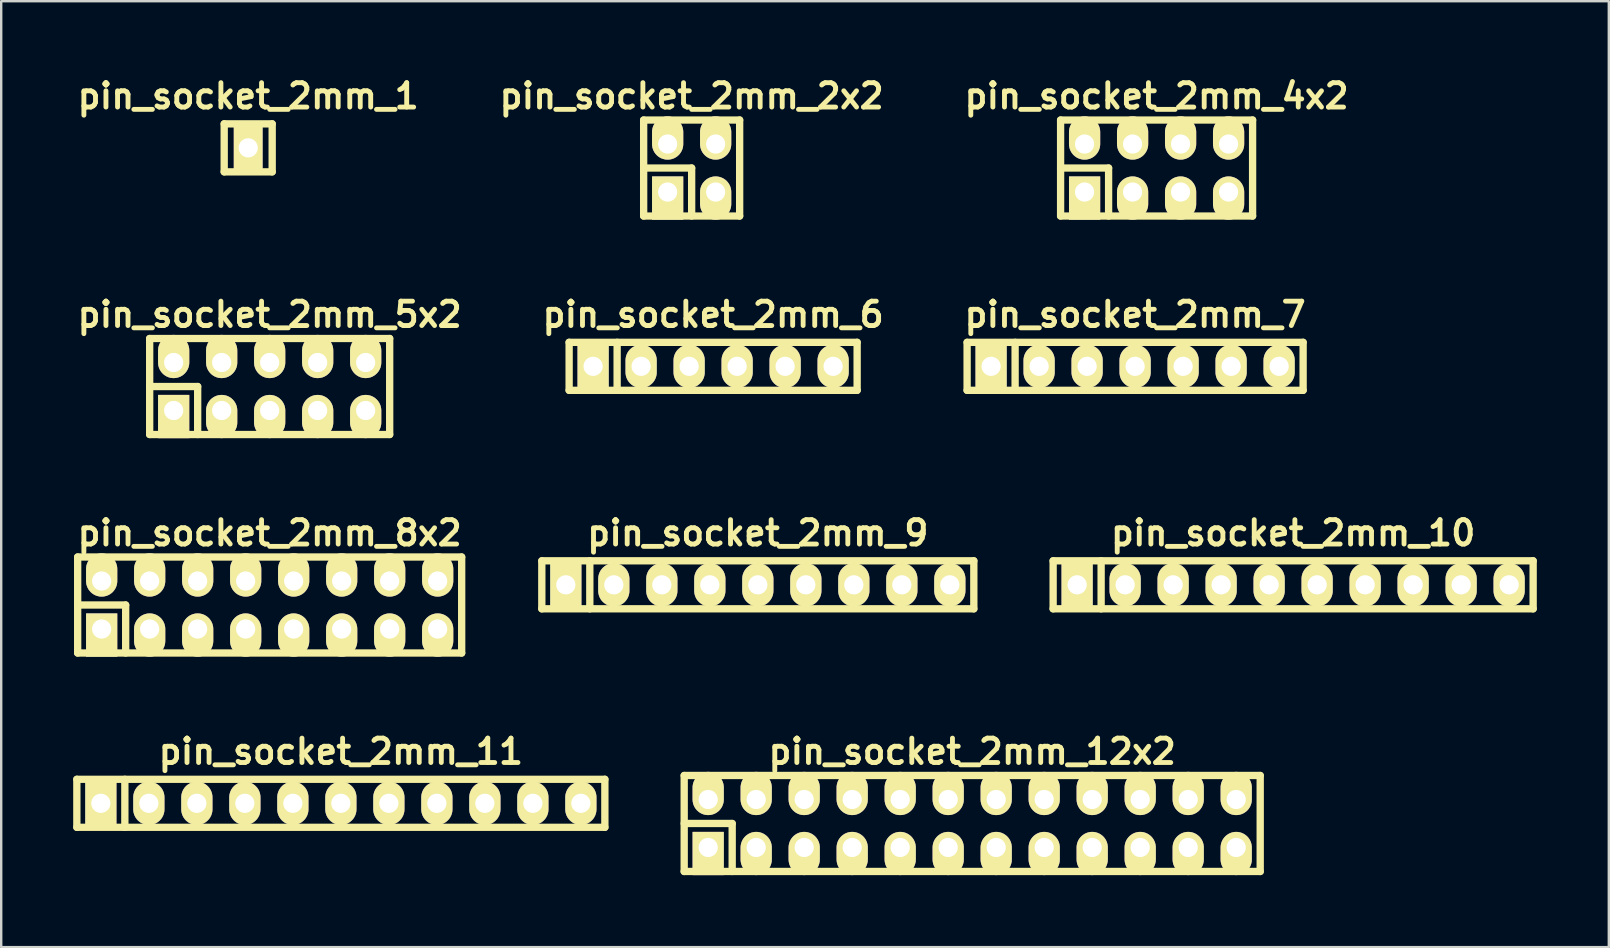
<source format=kicad_pcb>
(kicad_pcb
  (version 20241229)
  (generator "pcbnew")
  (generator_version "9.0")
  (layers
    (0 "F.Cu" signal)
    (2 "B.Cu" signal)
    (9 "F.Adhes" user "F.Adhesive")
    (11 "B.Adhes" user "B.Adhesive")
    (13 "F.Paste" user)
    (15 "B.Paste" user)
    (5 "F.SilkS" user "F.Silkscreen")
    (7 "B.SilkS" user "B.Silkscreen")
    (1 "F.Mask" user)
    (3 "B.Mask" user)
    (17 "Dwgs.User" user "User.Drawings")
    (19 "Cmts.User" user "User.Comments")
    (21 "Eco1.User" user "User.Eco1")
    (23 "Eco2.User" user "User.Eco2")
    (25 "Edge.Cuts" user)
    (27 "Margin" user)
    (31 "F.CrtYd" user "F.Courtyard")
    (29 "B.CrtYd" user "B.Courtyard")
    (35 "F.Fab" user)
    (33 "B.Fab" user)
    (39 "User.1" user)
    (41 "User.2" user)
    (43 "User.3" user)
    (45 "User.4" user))
  (footprint "pin_socket_2mm_5x2"
    (layer "F.Cu")
    (at 8.186 13.054)
    (property "Reference" "pin_socket_2mm_5x2" (at 0 -3 0) (layer "F.SilkS") (effects (font (size 1.016 1.016) (thickness 0.203))))
    (attr through_hole)
    (fp_line (start -5 -2) (end 5 -2) (stroke (width 0.305) (type solid)) (layer "F.SilkS"))
    (fp_line (start -5 0) (end -3 0) (stroke (width 0.305) (type solid)) (layer "F.SilkS"))
    (fp_line (start -5 2) (end -5 -2) (stroke (width 0.305) (type solid)) (layer "F.SilkS"))
    (fp_line (start -3 0) (end -3 2) (stroke (width 0.305) (type solid)) (layer "F.SilkS"))
    (fp_line (start 5 -2) (end 5 2) (stroke (width 0.305) (type solid)) (layer "F.SilkS"))
    (fp_line (start 5 2) (end -5 2) (stroke (width 0.305) (type solid)) (layer "F.SilkS"))
    (pad "1" thru_hole rect (at -4 1) (size 1.3 1.8) (drill 0.8 (offset 0 0.25)) (layers "*.Cu" "*.Mask" "F.SilkS"))
    (pad "2" thru_hole oval (at -4 -1) (size 1.3 1.8) (drill 0.8 (offset 0 -0.25)) (layers "*.Cu" "*.Mask" "F.SilkS"))
    (pad "3" thru_hole oval (at -2 1) (size 1.3 1.8) (drill 0.8 (offset 0 0.25)) (layers "*.Cu" "*.Mask" "F.SilkS"))
    (pad "4" thru_hole oval (at -2 -1) (size 1.3 1.8) (drill 0.8 (offset 0 -0.25)) (layers "*.Cu" "*.Mask" "F.SilkS"))
    (pad "5" thru_hole oval (at 0 1) (size 1.3 1.8) (drill 0.8 (offset 0 0.25)) (layers "*.Cu" "*.Mask" "F.SilkS"))
    (pad "6" thru_hole oval (at 0 -1) (size 1.3 1.8) (drill 0.8 (offset 0 -0.25)) (layers "*.Cu" "*.Mask" "F.SilkS"))
    (pad "7" thru_hole oval (at 2 1) (size 1.3 1.8) (drill 0.8 (offset 0 0.25)) (layers "*.Cu" "*.Mask" "F.SilkS"))
    (pad "8" thru_hole oval (at 2 -1) (size 1.3 1.8) (drill 0.8 (offset 0 -0.25)) (layers "*.Cu" "*.Mask" "F.SilkS"))
    (pad "9" thru_hole oval (at 4 1) (size 1.3 1.8) (drill 0.8 (offset 0 0.25)) (layers "*.Cu" "*.Mask" "F.SilkS"))
    (pad "10" thru_hole oval (at 4 -1) (size 1.3 1.8) (drill 0.8 (offset 0 -0.25)) (layers "*.Cu" "*.Mask" "F.SilkS")))
  (footprint "pin_socket_2mm_11"
    (layer "F.Cu")
    (at 11.152 30.42)
    (property "Reference" "pin_socket_2mm_11" (at 0 -2.159 0) (layer "F.SilkS") (effects (font (size 1.016 1.016) (thickness 0.203))))
    (attr through_hole)
    (fp_line (start -11 -1) (end 11 -1) (stroke (width 0.305) (type solid)) (layer "F.SilkS"))
    (fp_line (start -11 1) (end -11 -1) (stroke (width 0.305) (type solid)) (layer "F.SilkS"))
    (fp_line (start -9 -1) (end -9 1) (stroke (width 0.305) (type solid)) (layer "F.SilkS"))
    (fp_line (start 11 -1) (end 11 1) (stroke (width 0.305) (type solid)) (layer "F.SilkS"))
    (fp_line (start 11 1) (end -11 1) (stroke (width 0.305) (type solid)) (layer "F.SilkS"))
    (pad "1" thru_hole rect (at -10 0) (size 1.3 1.8) (drill 0.8) (layers "*.Cu" "*.Mask" "F.SilkS"))
    (pad "2" thru_hole oval (at -8 0) (size 1.3 1.8) (drill 0.8) (layers "*.Cu" "*.Mask" "F.SilkS"))
    (pad "3" thru_hole oval (at -6 0) (size 1.3 1.8) (drill 0.8) (layers "*.Cu" "*.Mask" "F.SilkS"))
    (pad "4" thru_hole oval (at -4 0) (size 1.3 1.8) (drill 0.8) (layers "*.Cu" "*.Mask" "F.SilkS"))
    (pad "5" thru_hole oval (at -2 0) (size 1.3 1.8) (drill 0.8) (layers "*.Cu" "*.Mask" "F.SilkS"))
    (pad "6" thru_hole oval (at 0 0) (size 1.3 1.8) (drill 0.8) (layers "*.Cu" "*.Mask" "F.SilkS"))
    (pad "7" thru_hole oval (at 2 0) (size 1.3 1.8) (drill 0.8) (layers "*.Cu" "*.Mask" "F.SilkS"))
    (pad "8" thru_hole oval (at 4 0) (size 1.3 1.8) (drill 0.8) (layers "*.Cu" "*.Mask" "F.SilkS"))
    (pad "9" thru_hole oval (at 6 0) (size 1.3 1.8) (drill 0.8) (layers "*.Cu" "*.Mask" "F.SilkS"))
    (pad "10" thru_hole oval (at 8 0) (size 1.3 1.8) (drill 0.8) (layers "*.Cu" "*.Mask" "F.SilkS"))
    (pad "11" thru_hole oval (at 10 0) (size 1.3 1.8) (drill 0.8) (layers "*.Cu" "*.Mask" "F.SilkS")))
  (footprint "pin_socket_2mm_6"
    (layer "F.Cu")
    (at 26.663 12.213)
    (property "Reference" "pin_socket_2mm_6" (at 0 -2.159 0) (layer "F.SilkS") (effects (font (size 1.016 1.016) (thickness 0.203))))
    (attr through_hole)
    (fp_line (start -6 -1) (end 6 -1) (stroke (width 0.305) (type solid)) (layer "F.SilkS"))
    (fp_line (start -6 1) (end -6 -1) (stroke (width 0.305) (type solid)) (layer "F.SilkS"))
    (fp_line (start -4 -1) (end -4 1) (stroke (width 0.305) (type solid)) (layer "F.SilkS"))
    (fp_line (start 6 -1) (end 6 1) (stroke (width 0.305) (type solid)) (layer "F.SilkS"))
    (fp_line (start 6 1) (end -6 1) (stroke (width 0.305) (type solid)) (layer "F.SilkS"))
    (pad "1" thru_hole rect (at -5 0) (size 1.3 1.8) (drill 0.8) (layers "*.Cu" "*.Mask" "F.SilkS"))
    (pad "2" thru_hole oval (at -3 0) (size 1.3 1.8) (drill 0.8) (layers "*.Cu" "*.Mask" "F.SilkS"))
    (pad "3" thru_hole oval (at -1 0) (size 1.3 1.8) (drill 0.8) (layers "*.Cu" "*.Mask" "F.SilkS"))
    (pad "4" thru_hole oval (at 1 0) (size 1.3 1.8) (drill 0.8) (layers "*.Cu" "*.Mask" "F.SilkS"))
    (pad "5" thru_hole oval (at 3 0) (size 1.3 1.8) (drill 0.8) (layers "*.Cu" "*.Mask" "F.SilkS"))
    (pad "6" thru_hole oval (at 5 0) (size 1.3 1.8) (drill 0.8) (layers "*.Cu" "*.Mask" "F.SilkS")))
  (footprint "pin_socket_2mm_10"
    (layer "F.Cu")
    (at 50.829 21.317)
    (property "Reference" "pin_socket_2mm_10" (at 0 -2.159 0) (layer "F.SilkS") (effects (font (size 1.016 1.016) (thickness 0.203))))
    (attr through_hole)
    (fp_line (start -10 -1) (end 10 -1) (stroke (width 0.305) (type solid)) (layer "F.SilkS"))
    (fp_line (start -10 1) (end -10 -1) (stroke (width 0.305) (type solid)) (layer "F.SilkS"))
    (fp_line (start -8 -1) (end -8 1) (stroke (width 0.305) (type solid)) (layer "F.SilkS"))
    (fp_line (start 10 -1) (end 10 1) (stroke (width 0.305) (type solid)) (layer "F.SilkS"))
    (fp_line (start 10 1) (end -10 1) (stroke (width 0.305) (type solid)) (layer "F.SilkS"))
    (pad "1" thru_hole rect (at -9 0) (size 1.3 1.8) (drill 0.8) (layers "*.Cu" "*.Mask" "F.SilkS"))
    (pad "2" thru_hole oval (at -7 0) (size 1.3 1.8) (drill 0.8) (layers "*.Cu" "*.Mask" "F.SilkS"))
    (pad "3" thru_hole oval (at -5 0) (size 1.3 1.8) (drill 0.8) (layers "*.Cu" "*.Mask" "F.SilkS"))
    (pad "4" thru_hole oval (at -3 0) (size 1.3 1.8) (drill 0.8) (layers "*.Cu" "*.Mask" "F.SilkS"))
    (pad "5" thru_hole oval (at -1 0) (size 1.3 1.8) (drill 0.8) (layers "*.Cu" "*.Mask" "F.SilkS"))
    (pad "6" thru_hole oval (at 1 0) (size 1.3 1.8) (drill 0.8) (layers "*.Cu" "*.Mask" "F.SilkS"))
    (pad "7" thru_hole oval (at 3 0) (size 1.3 1.8) (drill 0.8) (layers "*.Cu" "*.Mask" "F.SilkS"))
    (pad "8" thru_hole oval (at 5 0) (size 1.3 1.8) (drill 0.8) (layers "*.Cu" "*.Mask" "F.SilkS"))
    (pad "9" thru_hole oval (at 7 0) (size 1.3 1.8) (drill 0.8) (layers "*.Cu" "*.Mask" "F.SilkS"))
    (pad "10" thru_hole oval (at 9 0) (size 1.3 1.8) (drill 0.8) (layers "*.Cu" "*.Mask" "F.SilkS")))
  (footprint "pin_socket_2mm_12x2"
    (layer "F.Cu")
    (at 37.457 31.261)
    (property "Reference" "pin_socket_2mm_12x2" (at 0 -3 0) (layer "F.SilkS") (effects (font (size 1.016 1.016) (thickness 0.203))))
    (attr through_hole)
    (fp_line (start -12 -2) (end 12 -2) (stroke (width 0.305) (type solid)) (layer "F.SilkS"))
    (fp_line (start -12 0) (end -10 0) (stroke (width 0.305) (type solid)) (layer "F.SilkS"))
    (fp_line (start -12 2) (end -12 -2) (stroke (width 0.305) (type solid)) (layer "F.SilkS"))
    (fp_line (start -10 0) (end -10 2) (stroke (width 0.305) (type solid)) (layer "F.SilkS"))
    (fp_line (start 12 -2) (end 12 2) (stroke (width 0.305) (type solid)) (layer "F.SilkS"))
    (fp_line (start 12 2) (end -12 2) (stroke (width 0.305) (type solid)) (layer "F.SilkS"))
    (pad "1" thru_hole rect (at -11 1) (size 1.3 1.8) (drill 0.8 (offset 0 0.25)) (layers "*.Cu" "*.Mask" "F.SilkS"))
    (pad "2" thru_hole oval (at -11 -1) (size 1.3 1.8) (drill 0.8 (offset 0 -0.25)) (layers "*.Cu" "*.Mask" "F.SilkS"))
    (pad "3" thru_hole oval (at -9 1) (size 1.3 1.8) (drill 0.8 (offset 0 0.25)) (layers "*.Cu" "*.Mask" "F.SilkS"))
    (pad "4" thru_hole oval (at -9 -1) (size 1.3 1.8) (drill 0.8 (offset 0 -0.25)) (layers "*.Cu" "*.Mask" "F.SilkS"))
    (pad "5" thru_hole oval (at -7 1) (size 1.3 1.8) (drill 0.8 (offset 0 0.25)) (layers "*.Cu" "*.Mask" "F.SilkS"))
    (pad "6" thru_hole oval (at -7 -1) (size 1.3 1.8) (drill 0.8 (offset 0 -0.25)) (layers "*.Cu" "*.Mask" "F.SilkS"))
    (pad "7" thru_hole oval (at -5 1) (size 1.3 1.8) (drill 0.8 (offset 0 0.25)) (layers "*.Cu" "*.Mask" "F.SilkS"))
    (pad "8" thru_hole oval (at -5 -1) (size 1.3 1.8) (drill 0.8 (offset 0 -0.25)) (layers "*.Cu" "*.Mask" "F.SilkS"))
    (pad "9" thru_hole oval (at -3 1) (size 1.3 1.8) (drill 0.8 (offset 0 0.25)) (layers "*.Cu" "*.Mask" "F.SilkS"))
    (pad "10" thru_hole oval (at -3 -1) (size 1.3 1.8) (drill 0.8 (offset 0 -0.25)) (layers "*.Cu" "*.Mask" "F.SilkS"))
    (pad "11" thru_hole oval (at -1 1) (size 1.3 1.8) (drill 0.8 (offset 0 0.25)) (layers "*.Cu" "*.Mask" "F.SilkS"))
    (pad "12" thru_hole oval (at -1 -1) (size 1.3 1.8) (drill 0.8 (offset 0 -0.25)) (layers "*.Cu" "*.Mask" "F.SilkS"))
    (pad "13" thru_hole oval (at 1 1) (size 1.3 1.8) (drill 0.8 (offset 0 0.25)) (layers "*.Cu" "*.Mask" "F.SilkS"))
    (pad "14" thru_hole oval (at 1 -1) (size 1.3 1.8) (drill 0.8 (offset 0 -0.25)) (layers "*.Cu" "*.Mask" "F.SilkS"))
    (pad "15" thru_hole oval (at 3 1) (size 1.3 1.8) (drill 0.8 (offset 0 0.25)) (layers "*.Cu" "*.Mask" "F.SilkS"))
    (pad "16" thru_hole oval (at 3 -1) (size 1.3 1.8) (drill 0.8 (offset 0 -0.25)) (layers "*.Cu" "*.Mask" "F.SilkS"))
    (pad "17" thru_hole oval (at 5 1) (size 1.3 1.8) (drill 0.8 (offset 0 0.25)) (layers "*.Cu" "*.Mask" "F.SilkS"))
    (pad "18" thru_hole oval (at 5 -1) (size 1.3 1.8) (drill 0.8 (offset 0 -0.25)) (layers "*.Cu" "*.Mask" "F.SilkS"))
    (pad "19" thru_hole oval (at 7 1) (size 1.3 1.8) (drill 0.8 (offset 0 0.25)) (layers "*.Cu" "*.Mask" "F.SilkS"))
    (pad "20" thru_hole oval (at 7 -1) (size 1.3 1.8) (drill 0.8 (offset 0 -0.25)) (layers "*.Cu" "*.Mask" "F.SilkS"))
    (pad "21" thru_hole oval (at 9 1) (size 1.3 1.8) (drill 0.8 (offset 0 0.25)) (layers "*.Cu" "*.Mask" "F.SilkS"))
    (pad "22" thru_hole oval (at 9 -1) (size 1.3 1.8) (drill 0.8 (offset 0 -0.25)) (layers "*.Cu" "*.Mask" "F.SilkS"))
    (pad "23" thru_hole oval (at 11 1) (size 1.3 1.8) (drill 0.8 (offset 0 0.25)) (layers "*.Cu" "*.Mask" "F.SilkS"))
    (pad "24" thru_hole oval (at 11 -1) (size 1.3 1.8) (drill 0.8 (offset 0 -0.25)) (layers "*.Cu" "*.Mask" "F.SilkS")))
  (footprint "pin_socket_2mm_9"
    (layer "F.Cu")
    (at 28.525 21.317)
    (property "Reference" "pin_socket_2mm_9" (at 0 -2.159 0) (layer "F.SilkS") (effects (font (size 1.016 1.016) (thickness 0.203))))
    (attr through_hole)
    (fp_line (start -9 -1) (end 9 -1) (stroke (width 0.305) (type solid)) (layer "F.SilkS"))
    (fp_line (start -9 1) (end -9 -1) (stroke (width 0.305) (type solid)) (layer "F.SilkS"))
    (fp_line (start -7 -1) (end -7 1) (stroke (width 0.305) (type solid)) (layer "F.SilkS"))
    (fp_line (start 9 -1) (end 9 1) (stroke (width 0.305) (type solid)) (layer "F.SilkS"))
    (fp_line (start 9 1) (end -9 1) (stroke (width 0.305) (type solid)) (layer "F.SilkS"))
    (pad "1" thru_hole rect (at -8 0) (size 1.3 1.8) (drill 0.8) (layers "*.Cu" "*.Mask" "F.SilkS"))
    (pad "2" thru_hole oval (at -6 0) (size 1.3 1.8) (drill 0.8) (layers "*.Cu" "*.Mask" "F.SilkS"))
    (pad "3" thru_hole oval (at -4 0) (size 1.3 1.8) (drill 0.8) (layers "*.Cu" "*.Mask" "F.SilkS"))
    (pad "4" thru_hole oval (at -2 0) (size 1.3 1.8) (drill 0.8) (layers "*.Cu" "*.Mask" "F.SilkS"))
    (pad "5" thru_hole oval (at 0 0) (size 1.3 1.8) (drill 0.8) (layers "*.Cu" "*.Mask" "F.SilkS"))
    (pad "6" thru_hole oval (at 2 0) (size 1.3 1.8) (drill 0.8) (layers "*.Cu" "*.Mask" "F.SilkS"))
    (pad "7" thru_hole oval (at 4 0) (size 1.3 1.8) (drill 0.8) (layers "*.Cu" "*.Mask" "F.SilkS"))
    (pad "8" thru_hole oval (at 6 0) (size 1.3 1.8) (drill 0.8) (layers "*.Cu" "*.Mask" "F.SilkS"))
    (pad "9" thru_hole oval (at 8 0) (size 1.3 1.8) (drill 0.8) (layers "*.Cu" "*.Mask" "F.SilkS")))
  (footprint "pin_socket_2mm_2x2"
    (layer "F.Cu")
    (at 25.768 3.951)
    (property "Reference" "pin_socket_2mm_2x2" (at 0 -3 0) (layer "F.SilkS") (effects (font (size 1.016 1.016) (thickness 0.203))))
    (attr through_hole)
    (fp_line (start -2 -2) (end 2 -2) (stroke (width 0.305) (type solid)) (layer "F.SilkS"))
    (fp_line (start -2 0) (end 0 0) (stroke (width 0.305) (type solid)) (layer "F.SilkS"))
    (fp_line (start -2 2) (end -2 -2) (stroke (width 0.305) (type solid)) (layer "F.SilkS"))
    (fp_line (start 0 0) (end 0 2) (stroke (width 0.305) (type solid)) (layer "F.SilkS"))
    (fp_line (start 2 -2) (end 2 2) (stroke (width 0.305) (type solid)) (layer "F.SilkS"))
    (fp_line (start 2 2) (end -2 2) (stroke (width 0.305) (type solid)) (layer "F.SilkS"))
    (pad "1" thru_hole rect (at -1 1) (size 1.3 1.8) (drill 0.8 (offset 0 0.25)) (layers "*.Cu" "*.Mask" "F.SilkS"))
    (pad "2" thru_hole oval (at -1 -1) (size 1.3 1.8) (drill 0.8 (offset 0 -0.25)) (layers "*.Cu" "*.Mask" "F.SilkS"))
    (pad "3" thru_hole oval (at 1 1) (size 1.3 1.8) (drill 0.8 (offset 0 0.25)) (layers "*.Cu" "*.Mask" "F.SilkS"))
    (pad "4" thru_hole oval (at 1 -1) (size 1.3 1.8) (drill 0.8 (offset 0 -0.25)) (layers "*.Cu" "*.Mask" "F.SilkS")))
  (footprint "pin_socket_2mm_4x2"
    (layer "F.Cu")
    (at 45.14 3.951)
    (property "Reference" "pin_socket_2mm_4x2" (at 0 -3 0) (layer "F.SilkS") (effects (font (size 1.016 1.016) (thickness 0.203))))
    (attr through_hole)
    (fp_line (start -4 -2) (end 4 -2) (stroke (width 0.305) (type solid)) (layer "F.SilkS"))
    (fp_line (start -4 0) (end -2 0) (stroke (width 0.305) (type solid)) (layer "F.SilkS"))
    (fp_line (start -4 2) (end -4 -2) (stroke (width 0.305) (type solid)) (layer "F.SilkS"))
    (fp_line (start -2 0) (end -2 2) (stroke (width 0.305) (type solid)) (layer "F.SilkS"))
    (fp_line (start 4 -2) (end 4 2) (stroke (width 0.305) (type solid)) (layer "F.SilkS"))
    (fp_line (start 4 2) (end -4 2) (stroke (width 0.305) (type solid)) (layer "F.SilkS"))
    (pad "1" thru_hole rect (at -3 1) (size 1.3 1.8) (drill 0.8 (offset 0 0.25)) (layers "*.Cu" "*.Mask" "F.SilkS"))
    (pad "2" thru_hole oval (at -3 -1) (size 1.3 1.8) (drill 0.8 (offset 0 -0.25)) (layers "*.Cu" "*.Mask" "F.SilkS"))
    (pad "3" thru_hole oval (at -1 1) (size 1.3 1.8) (drill 0.8 (offset 0 0.25)) (layers "*.Cu" "*.Mask" "F.SilkS"))
    (pad "4" thru_hole oval (at -1 -1) (size 1.3 1.8) (drill 0.8 (offset 0 -0.25)) (layers "*.Cu" "*.Mask" "F.SilkS"))
    (pad "5" thru_hole oval (at 1 1) (size 1.3 1.8) (drill 0.8 (offset 0 0.25)) (layers "*.Cu" "*.Mask" "F.SilkS"))
    (pad "6" thru_hole oval (at 1 -1) (size 1.3 1.8) (drill 0.8 (offset 0 -0.25)) (layers "*.Cu" "*.Mask" "F.SilkS"))
    (pad "7" thru_hole oval (at 3 1) (size 1.3 1.8) (drill 0.8 (offset 0 0.25)) (layers "*.Cu" "*.Mask" "F.SilkS"))
    (pad "8" thru_hole oval (at 3 -1) (size 1.3 1.8) (drill 0.8 (offset 0 -0.25)) (layers "*.Cu" "*.Mask" "F.SilkS")))
  (footprint "pin_socket_2mm_7"
    (layer "F.Cu")
    (at 44.245 12.213)
    (property "Reference" "pin_socket_2mm_7" (at 0 -2.159 0) (layer "F.SilkS") (effects (font (size 1.016 1.016) (thickness 0.203))))
    (attr through_hole)
    (fp_line (start -7 -1) (end 7 -1) (stroke (width 0.305) (type solid)) (layer "F.SilkS"))
    (fp_line (start -7 1) (end -7 -1) (stroke (width 0.305) (type solid)) (layer "F.SilkS"))
    (fp_line (start -5 -1) (end -5 1) (stroke (width 0.305) (type solid)) (layer "F.SilkS"))
    (fp_line (start 7 -1) (end 7 1) (stroke (width 0.305) (type solid)) (layer "F.SilkS"))
    (fp_line (start 7 1) (end -7 1) (stroke (width 0.305) (type solid)) (layer "F.SilkS"))
    (pad "1" thru_hole rect (at -6 0) (size 1.3 1.8) (drill 0.8) (layers "*.Cu" "*.Mask" "F.SilkS"))
    (pad "2" thru_hole oval (at -4 0) (size 1.3 1.8) (drill 0.8) (layers "*.Cu" "*.Mask" "F.SilkS"))
    (pad "3" thru_hole oval (at -2 0) (size 1.3 1.8) (drill 0.8) (layers "*.Cu" "*.Mask" "F.SilkS"))
    (pad "4" thru_hole oval (at 0 0) (size 1.3 1.8) (drill 0.8) (layers "*.Cu" "*.Mask" "F.SilkS"))
    (pad "5" thru_hole oval (at 2 0) (size 1.3 1.8) (drill 0.8) (layers "*.Cu" "*.Mask" "F.SilkS"))
    (pad "6" thru_hole oval (at 4 0) (size 1.3 1.8) (drill 0.8) (layers "*.Cu" "*.Mask" "F.SilkS"))
    (pad "7" thru_hole oval (at 6 0) (size 1.3 1.8) (drill 0.8) (layers "*.Cu" "*.Mask" "F.SilkS")))
  (footprint "pin_socket_2mm_8x2"
    (layer "F.Cu")
    (at 8.186 22.158)
    (property "Reference" "pin_socket_2mm_8x2" (at 0 -3 0) (layer "F.SilkS") (effects (font (size 1.016 1.016) (thickness 0.203))))
    (attr through_hole)
    (fp_line (start -8 -2) (end 8 -2) (stroke (width 0.305) (type solid)) (layer "F.SilkS"))
    (fp_line (start -8 0) (end -6 0) (stroke (width 0.305) (type solid)) (layer "F.SilkS"))
    (fp_line (start -8 2) (end -8 -2) (stroke (width 0.305) (type solid)) (layer "F.SilkS"))
    (fp_line (start -6 0) (end -6 2) (stroke (width 0.305) (type solid)) (layer "F.SilkS"))
    (fp_line (start 8 -2) (end 8 2) (stroke (width 0.305) (type solid)) (layer "F.SilkS"))
    (fp_line (start 8 2) (end -8 2) (stroke (width 0.305) (type solid)) (layer "F.SilkS"))
    (pad "1" thru_hole rect (at -7 1) (size 1.3 1.8) (drill 0.8 (offset 0 0.25)) (layers "*.Cu" "*.Mask" "F.SilkS"))
    (pad "2" thru_hole oval (at -7 -1) (size 1.3 1.8) (drill 0.8 (offset 0 -0.25)) (layers "*.Cu" "*.Mask" "F.SilkS"))
    (pad "3" thru_hole oval (at -5 1) (size 1.3 1.8) (drill 0.8 (offset 0 0.25)) (layers "*.Cu" "*.Mask" "F.SilkS"))
    (pad "4" thru_hole oval (at -5 -1) (size 1.3 1.8) (drill 0.8 (offset 0 -0.25)) (layers "*.Cu" "*.Mask" "F.SilkS"))
    (pad "5" thru_hole oval (at -3 1) (size 1.3 1.8) (drill 0.8 (offset 0 0.25)) (layers "*.Cu" "*.Mask" "F.SilkS"))
    (pad "6" thru_hole oval (at -3 -1) (size 1.3 1.8) (drill 0.8 (offset 0 -0.25)) (layers "*.Cu" "*.Mask" "F.SilkS"))
    (pad "7" thru_hole oval (at -1 1) (size 1.3 1.8) (drill 0.8 (offset 0 0.25)) (layers "*.Cu" "*.Mask" "F.SilkS"))
    (pad "8" thru_hole oval (at -1 -1) (size 1.3 1.8) (drill 0.8 (offset 0 -0.25)) (layers "*.Cu" "*.Mask" "F.SilkS"))
    (pad "9" thru_hole oval (at 1 1) (size 1.3 1.8) (drill 0.8 (offset 0 0.25)) (layers "*.Cu" "*.Mask" "F.SilkS"))
    (pad "10" thru_hole oval (at 1 -1) (size 1.3 1.8) (drill 0.8 (offset 0 -0.25)) (layers "*.Cu" "*.Mask" "F.SilkS"))
    (pad "11" thru_hole oval (at 3 1) (size 1.3 1.8) (drill 0.8 (offset 0 0.25)) (layers "*.Cu" "*.Mask" "F.SilkS"))
    (pad "12" thru_hole oval (at 3 -1) (size 1.3 1.8) (drill 0.8 (offset 0 -0.25)) (layers "*.Cu" "*.Mask" "F.SilkS"))
    (pad "13" thru_hole oval (at 5 1) (size 1.3 1.8) (drill 0.8 (offset 0 0.25)) (layers "*.Cu" "*.Mask" "F.SilkS"))
    (pad "14" thru_hole oval (at 5 -1) (size 1.3 1.8) (drill 0.8 (offset 0 -0.25)) (layers "*.Cu" "*.Mask" "F.SilkS"))
    (pad "15" thru_hole oval (at 7 1) (size 1.3 1.8) (drill 0.8 (offset 0 0.25)) (layers "*.Cu" "*.Mask" "F.SilkS"))
    (pad "16" thru_hole oval (at 7 -1) (size 1.3 1.8) (drill 0.8 (offset 0 -0.25)) (layers "*.Cu" "*.Mask" "F.SilkS")))
  (footprint "pin_socket_2mm_1"
    (layer "F.Cu")
    (at 7.291 3.11)
    (property "Reference" "pin_socket_2mm_1" (at 0 -2.159 0) (layer "F.SilkS") (effects (font (size 1.016 1.016) (thickness 0.203))))
    (attr through_hole)
    (fp_line (start -1 -1) (end 1 -1) (stroke (width 0.305) (type solid)) (layer "F.SilkS"))
    (fp_line (start -1 1) (end -1 -1) (stroke (width 0.305) (type solid)) (layer "F.SilkS"))
    (fp_line (start 1 -1) (end 1 1) (stroke (width 0.305) (type solid)) (layer "F.SilkS"))
    (fp_line (start 1 1) (end -1 1) (stroke (width 0.305) (type solid)) (layer "F.SilkS"))
    (pad "1" thru_hole rect (at 0 0) (size 1.2 1.8) (drill 0.8) (layers "*.Cu" "*.Mask" "F.SilkS")))
  (gr_rect
    (start -3 -3)
    (end 63.982 36.414)
    (stroke (width 0.1) (type default))
    (fill no)
    (layer "Edge.Cuts")))
</source>
